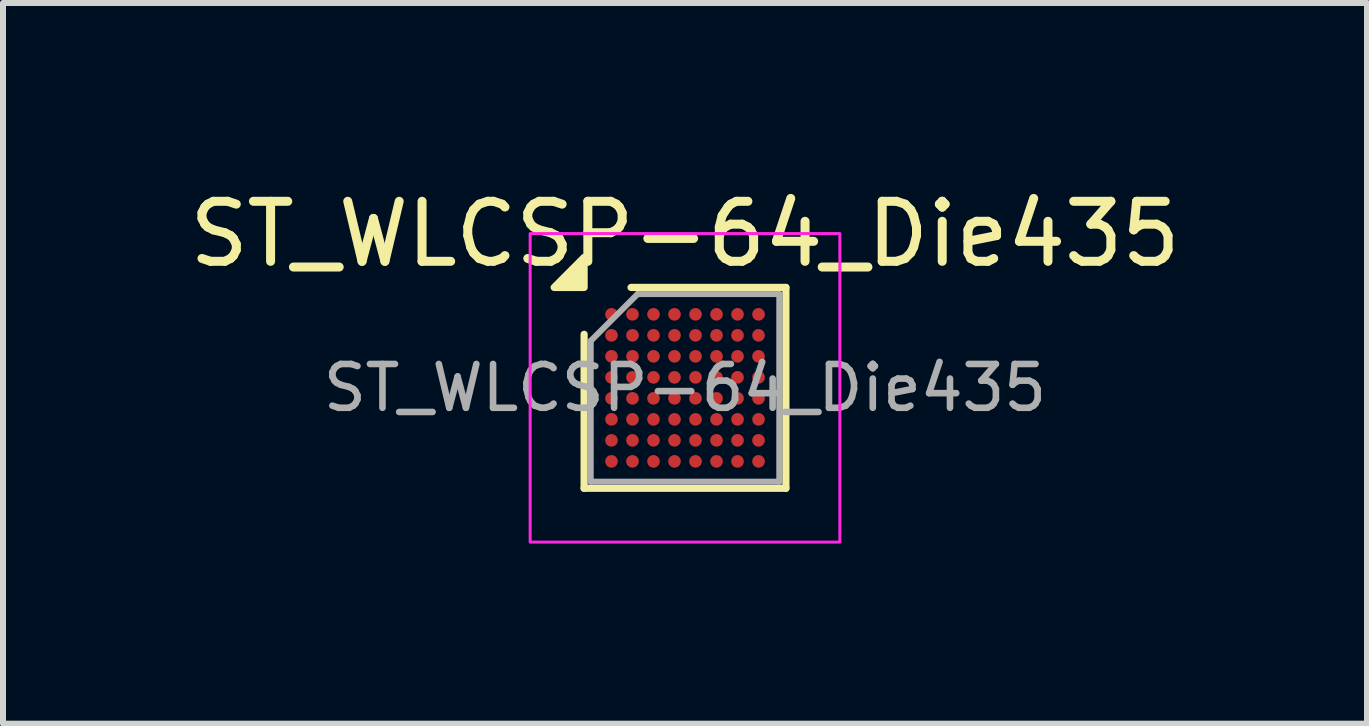
<source format=kicad_pcb>
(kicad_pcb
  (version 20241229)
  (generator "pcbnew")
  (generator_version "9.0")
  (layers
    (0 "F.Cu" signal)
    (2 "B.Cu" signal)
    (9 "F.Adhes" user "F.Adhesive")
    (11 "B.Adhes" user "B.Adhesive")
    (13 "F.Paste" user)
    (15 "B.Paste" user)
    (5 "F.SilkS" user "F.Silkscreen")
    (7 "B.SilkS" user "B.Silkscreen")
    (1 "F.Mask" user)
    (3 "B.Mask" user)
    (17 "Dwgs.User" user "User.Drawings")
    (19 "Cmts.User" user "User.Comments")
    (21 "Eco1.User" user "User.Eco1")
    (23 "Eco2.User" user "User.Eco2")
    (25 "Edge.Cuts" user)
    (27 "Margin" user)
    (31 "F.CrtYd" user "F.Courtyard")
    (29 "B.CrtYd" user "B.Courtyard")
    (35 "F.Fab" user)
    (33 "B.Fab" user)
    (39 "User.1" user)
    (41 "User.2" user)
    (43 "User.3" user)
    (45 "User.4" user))
  (footprint "ST_WLCSP-64_Die435"
    (layer "F.Cu")
    (at 8.363 3.412)
    (property "Reference" "ST_WLCSP-64_Die435" (at 0 -2.563 0) (layer "F.SilkS") (effects (font (size 1 1) (thickness 0.15))))
    (attr smd)
    (fp_line (start -1.681 1.673) (end -1.681 -0.892) (stroke (width 0.12) (type solid)) (layer "F.SilkS"))
    (fp_line (start -0.899 -1.673) (end 1.681 -1.673) (stroke (width 0.12) (type solid)) (layer "F.SilkS"))
    (fp_line (start 1.681 -1.673) (end 1.681 1.673) (stroke (width 0.12) (type solid)) (layer "F.SilkS"))
    (fp_line (start 1.681 1.673) (end -1.681 1.673) (stroke (width 0.12) (type solid)) (layer "F.SilkS"))
    (fp_poly (pts (xy -1.681 -1.673) (xy -2.18 -1.673) (xy -1.681 -2.174)) (stroke (width 0.12) (type solid)) (fill yes) (layer "F.SilkS"))
    (fp_rect (start -2.58 -2.57) (end 2.58 2.57) (stroke (width 0.05) (type solid)) (fill no) (layer "F.CrtYd"))
    (fp_line (start -1.571 -0.782) (end -0.789 -1.563) (stroke (width 0.1) (type solid)) (layer "F.Fab"))
    (fp_line (start -1.571 1.563) (end -1.571 -0.782) (stroke (width 0.1) (type solid)) (layer "F.Fab"))
    (fp_line (start -0.789 -1.563) (end 1.571 -1.563) (stroke (width 0.1) (type solid)) (layer "F.Fab"))
    (fp_line (start 1.571 -1.563) (end 1.571 1.563) (stroke (width 0.1) (type solid)) (layer "F.Fab"))
    (fp_line (start 1.571 1.563) (end -1.571 1.563) (stroke (width 0.1) (type solid)) (layer "F.Fab"))
    (fp_text user "${REFERENCE}" (at 0 0 0) (layer "F.Fab") (effects (font (size 0.73 0.73) (thickness 0.11))))
    (pad "A1" smd circle (at -1.225 -1.225) (size 0.21 0.21) (property pad_prop_bga) (layers "F.Cu" "F.Mask" "F.Paste"))
    (pad "A2" smd circle (at -0.875 -1.225) (size 0.21 0.21) (property pad_prop_bga) (layers "F.Cu" "F.Mask" "F.Paste"))
    (pad "A3" smd circle (at -0.525 -1.225) (size 0.21 0.21) (property pad_prop_bga) (layers "F.Cu" "F.Mask" "F.Paste"))
    (pad "A4" smd circle (at -0.175 -1.225) (size 0.21 0.21) (property pad_prop_bga) (layers "F.Cu" "F.Mask" "F.Paste"))
    (pad "A5" smd circle (at 0.175 -1.225) (size 0.21 0.21) (property pad_prop_bga) (layers "F.Cu" "F.Mask" "F.Paste"))
    (pad "A6" smd circle (at 0.525 -1.225) (size 0.21 0.21) (property pad_prop_bga) (layers "F.Cu" "F.Mask" "F.Paste"))
    (pad "A7" smd circle (at 0.875 -1.225) (size 0.21 0.21) (property pad_prop_bga) (layers "F.Cu" "F.Mask" "F.Paste"))
    (pad "A8" smd circle (at 1.225 -1.225) (size 0.21 0.21) (property pad_prop_bga) (layers "F.Cu" "F.Mask" "F.Paste"))
    (pad "B1" smd circle (at -1.225 -0.875) (size 0.21 0.21) (property pad_prop_bga) (layers "F.Cu" "F.Mask" "F.Paste"))
    (pad "B2" smd circle (at -0.875 -0.875) (size 0.21 0.21) (property pad_prop_bga) (layers "F.Cu" "F.Mask" "F.Paste"))
    (pad "B3" smd circle (at -0.525 -0.875) (size 0.21 0.21) (property pad_prop_bga) (layers "F.Cu" "F.Mask" "F.Paste"))
    (pad "B4" smd circle (at -0.175 -0.875) (size 0.21 0.21) (property pad_prop_bga) (layers "F.Cu" "F.Mask" "F.Paste"))
    (pad "B5" smd circle (at 0.175 -0.875) (size 0.21 0.21) (property pad_prop_bga) (layers "F.Cu" "F.Mask" "F.Paste"))
    (pad "B6" smd circle (at 0.525 -0.875) (size 0.21 0.21) (property pad_prop_bga) (layers "F.Cu" "F.Mask" "F.Paste"))
    (pad "B7" smd circle (at 0.875 -0.875) (size 0.21 0.21) (property pad_prop_bga) (layers "F.Cu" "F.Mask" "F.Paste"))
    (pad "B8" smd circle (at 1.225 -0.875) (size 0.21 0.21) (property pad_prop_bga) (layers "F.Cu" "F.Mask" "F.Paste"))
    (pad "C1" smd circle (at -1.225 -0.525) (size 0.21 0.21) (property pad_prop_bga) (layers "F.Cu" "F.Mask" "F.Paste"))
    (pad "C2" smd circle (at -0.875 -0.525) (size 0.21 0.21) (property pad_prop_bga) (layers "F.Cu" "F.Mask" "F.Paste"))
    (pad "C3" smd circle (at -0.525 -0.525) (size 0.21 0.21) (property pad_prop_bga) (layers "F.Cu" "F.Mask" "F.Paste"))
    (pad "C4" smd circle (at -0.175 -0.525) (size 0.21 0.21) (property pad_prop_bga) (layers "F.Cu" "F.Mask" "F.Paste"))
    (pad "C5" smd circle (at 0.175 -0.525) (size 0.21 0.21) (property pad_prop_bga) (layers "F.Cu" "F.Mask" "F.Paste"))
    (pad "C6" smd circle (at 0.525 -0.525) (size 0.21 0.21) (property pad_prop_bga) (layers "F.Cu" "F.Mask" "F.Paste"))
    (pad "C7" smd circle (at 0.875 -0.525) (size 0.21 0.21) (property pad_prop_bga) (layers "F.Cu" "F.Mask" "F.Paste"))
    (pad "C8" smd circle (at 1.225 -0.525) (size 0.21 0.21) (property pad_prop_bga) (layers "F.Cu" "F.Mask" "F.Paste"))
    (pad "D1" smd circle (at -1.225 -0.175) (size 0.21 0.21) (property pad_prop_bga) (layers "F.Cu" "F.Mask" "F.Paste"))
    (pad "D2" smd circle (at -0.875 -0.175) (size 0.21 0.21) (property pad_prop_bga) (layers "F.Cu" "F.Mask" "F.Paste"))
    (pad "D3" smd circle (at -0.525 -0.175) (size 0.21 0.21) (property pad_prop_bga) (layers "F.Cu" "F.Mask" "F.Paste"))
    (pad "D4" smd circle (at -0.175 -0.175) (size 0.21 0.21) (property pad_prop_bga) (layers "F.Cu" "F.Mask" "F.Paste"))
    (pad "D5" smd circle (at 0.175 -0.175) (size 0.21 0.21) (property pad_prop_bga) (layers "F.Cu" "F.Mask" "F.Paste"))
    (pad "D6" smd circle (at 0.525 -0.175) (size 0.21 0.21) (property pad_prop_bga) (layers "F.Cu" "F.Mask" "F.Paste"))
    (pad "D7" smd circle (at 0.875 -0.175) (size 0.21 0.21) (property pad_prop_bga) (layers "F.Cu" "F.Mask" "F.Paste"))
    (pad "D8" smd circle (at 1.225 -0.175) (size 0.21 0.21) (property pad_prop_bga) (layers "F.Cu" "F.Mask" "F.Paste"))
    (pad "E1" smd circle (at -1.225 0.175) (size 0.21 0.21) (property pad_prop_bga) (layers "F.Cu" "F.Mask" "F.Paste"))
    (pad "E2" smd circle (at -0.875 0.175) (size 0.21 0.21) (property pad_prop_bga) (layers "F.Cu" "F.Mask" "F.Paste"))
    (pad "E3" smd circle (at -0.525 0.175) (size 0.21 0.21) (property pad_prop_bga) (layers "F.Cu" "F.Mask" "F.Paste"))
    (pad "E4" smd circle (at -0.175 0.175) (size 0.21 0.21) (property pad_prop_bga) (layers "F.Cu" "F.Mask" "F.Paste"))
    (pad "E5" smd circle (at 0.175 0.175) (size 0.21 0.21) (property pad_prop_bga) (layers "F.Cu" "F.Mask" "F.Paste"))
    (pad "E6" smd circle (at 0.525 0.175) (size 0.21 0.21) (property pad_prop_bga) (layers "F.Cu" "F.Mask" "F.Paste"))
    (pad "E7" smd circle (at 0.875 0.175) (size 0.21 0.21) (property pad_prop_bga) (layers "F.Cu" "F.Mask" "F.Paste"))
    (pad "E8" smd circle (at 1.225 0.175) (size 0.21 0.21) (property pad_prop_bga) (layers "F.Cu" "F.Mask" "F.Paste"))
    (pad "F1" smd circle (at -1.225 0.525) (size 0.21 0.21) (property pad_prop_bga) (layers "F.Cu" "F.Mask" "F.Paste"))
    (pad "F2" smd circle (at -0.875 0.525) (size 0.21 0.21) (property pad_prop_bga) (layers "F.Cu" "F.Mask" "F.Paste"))
    (pad "F3" smd circle (at -0.525 0.525) (size 0.21 0.21) (property pad_prop_bga) (layers "F.Cu" "F.Mask" "F.Paste"))
    (pad "F4" smd circle (at -0.175 0.525) (size 0.21 0.21) (property pad_prop_bga) (layers "F.Cu" "F.Mask" "F.Paste"))
    (pad "F5" smd circle (at 0.175 0.525) (size 0.21 0.21) (property pad_prop_bga) (layers "F.Cu" "F.Mask" "F.Paste"))
    (pad "F6" smd circle (at 0.525 0.525) (size 0.21 0.21) (property pad_prop_bga) (layers "F.Cu" "F.Mask" "F.Paste"))
    (pad "F7" smd circle (at 0.875 0.525) (size 0.21 0.21) (property pad_prop_bga) (layers "F.Cu" "F.Mask" "F.Paste"))
    (pad "F8" smd circle (at 1.225 0.525) (size 0.21 0.21) (property pad_prop_bga) (layers "F.Cu" "F.Mask" "F.Paste"))
    (pad "G1" smd circle (at -1.225 0.875) (size 0.21 0.21) (property pad_prop_bga) (layers "F.Cu" "F.Mask" "F.Paste"))
    (pad "G2" smd circle (at -0.875 0.875) (size 0.21 0.21) (property pad_prop_bga) (layers "F.Cu" "F.Mask" "F.Paste"))
    (pad "G3" smd circle (at -0.525 0.875) (size 0.21 0.21) (property pad_prop_bga) (layers "F.Cu" "F.Mask" "F.Paste"))
    (pad "G4" smd circle (at -0.175 0.875) (size 0.21 0.21) (property pad_prop_bga) (layers "F.Cu" "F.Mask" "F.Paste"))
    (pad "G5" smd circle (at 0.175 0.875) (size 0.21 0.21) (property pad_prop_bga) (layers "F.Cu" "F.Mask" "F.Paste"))
    (pad "G6" smd circle (at 0.525 0.875) (size 0.21 0.21) (property pad_prop_bga) (layers "F.Cu" "F.Mask" "F.Paste"))
    (pad "G7" smd circle (at 0.875 0.875) (size 0.21 0.21) (property pad_prop_bga) (layers "F.Cu" "F.Mask" "F.Paste"))
    (pad "G8" smd circle (at 1.225 0.875) (size 0.21 0.21) (property pad_prop_bga) (layers "F.Cu" "F.Mask" "F.Paste"))
    (pad "H1" smd circle (at -1.225 1.225) (size 0.21 0.21) (property pad_prop_bga) (layers "F.Cu" "F.Mask" "F.Paste"))
    (pad "H2" smd circle (at -0.875 1.225) (size 0.21 0.21) (property pad_prop_bga) (layers "F.Cu" "F.Mask" "F.Paste"))
    (pad "H3" smd circle (at -0.525 1.225) (size 0.21 0.21) (property pad_prop_bga) (layers "F.Cu" "F.Mask" "F.Paste"))
    (pad "H4" smd circle (at -0.175 1.225) (size 0.21 0.21) (property pad_prop_bga) (layers "F.Cu" "F.Mask" "F.Paste"))
    (pad "H5" smd circle (at 0.175 1.225) (size 0.21 0.21) (property pad_prop_bga) (layers "F.Cu" "F.Mask" "F.Paste"))
    (pad "H6" smd circle (at 0.525 1.225) (size 0.21 0.21) (property pad_prop_bga) (layers "F.Cu" "F.Mask" "F.Paste"))
    (pad "H7" smd circle (at 0.875 1.225) (size 0.21 0.21) (property pad_prop_bga) (layers "F.Cu" "F.Mask" "F.Paste"))
    (pad "H8" smd circle (at 1.225 1.225) (size 0.21 0.21) (property pad_prop_bga) (layers "F.Cu" "F.Mask" "F.Paste")))
  (gr_rect
    (start -3 -3)
    (end 19.726 9.007)
    (stroke (width 0.1) (type default))
    (fill no)
    (layer "Edge.Cuts")))
</source>
